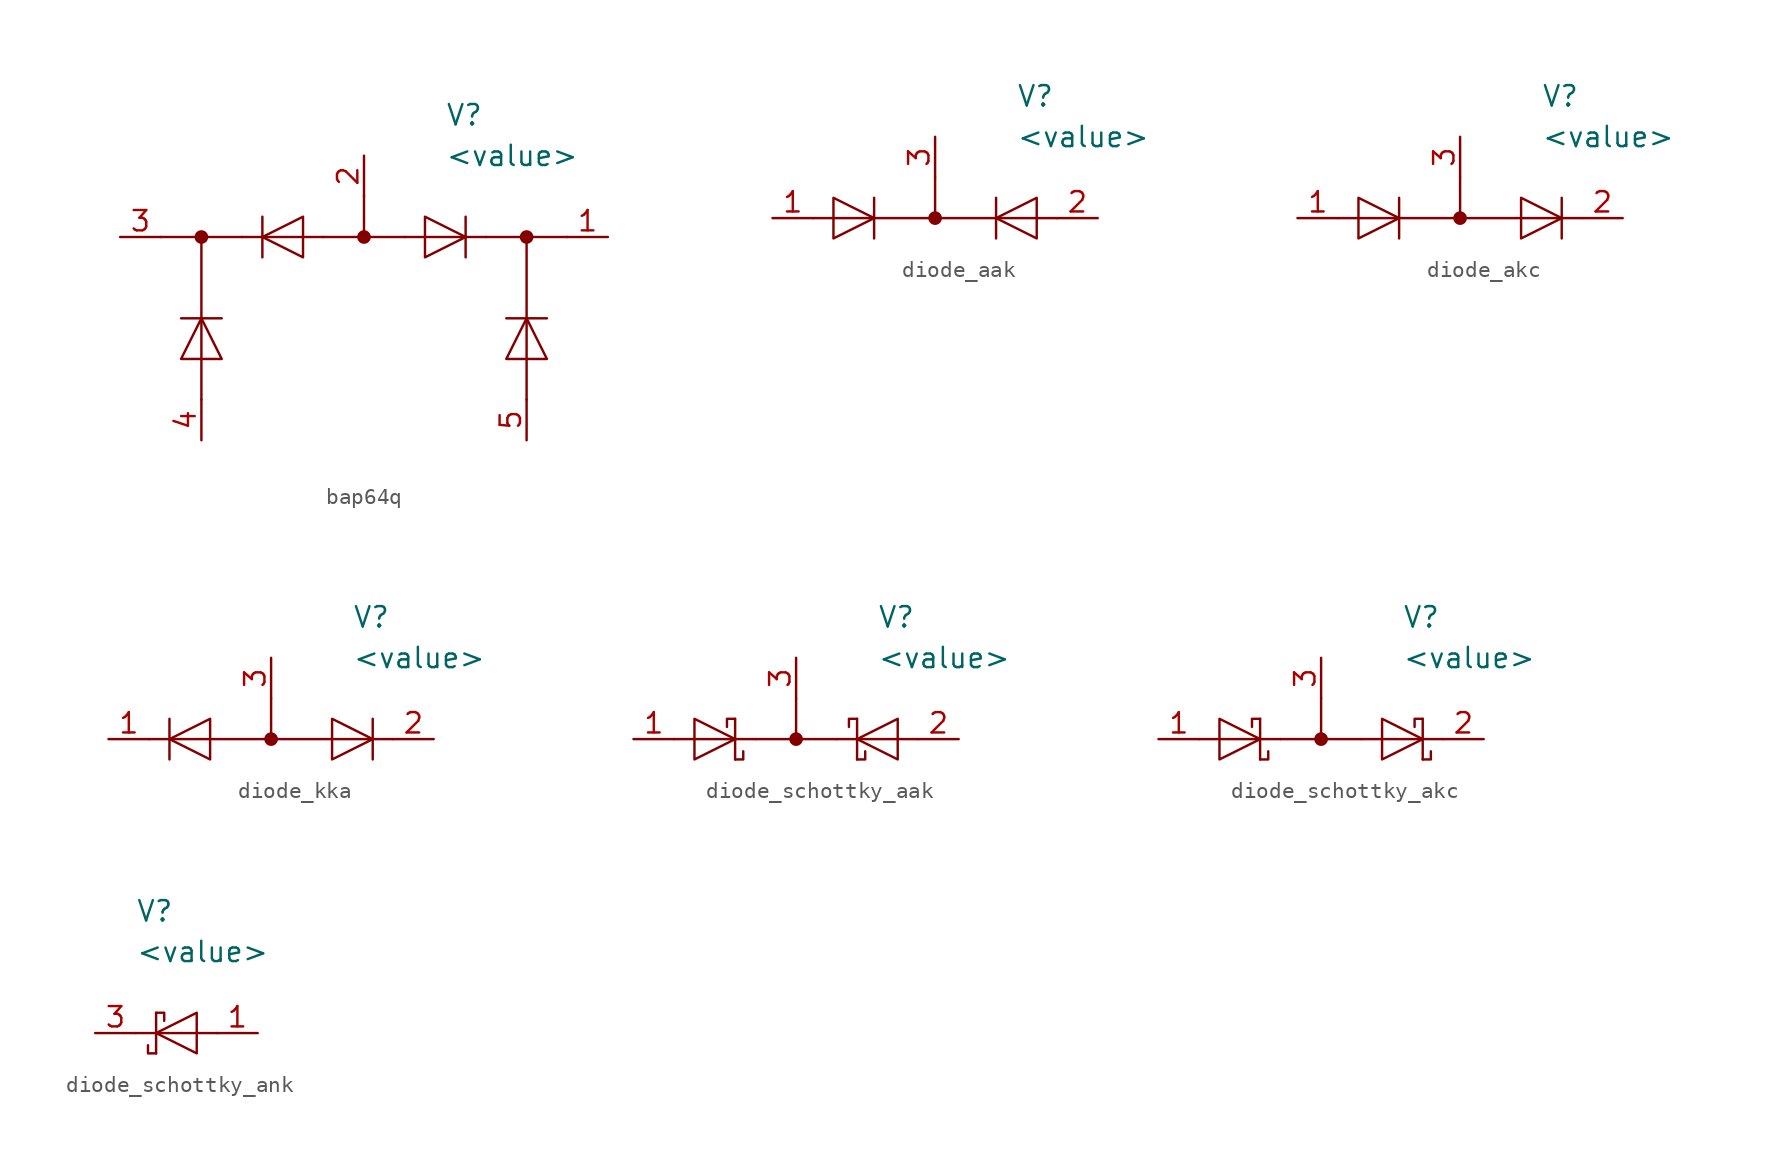
<source format=kicad_sym>
(kicad_symbol_lib
  (version 20220914)
  (generator kicad_symbol_editor)
  (symbol "bap64q"
    (pin_names hide)
    (property "Reference" "V"
      (at 5.08 7.62 0)
      (effects (font (size 1.27 1.27)) (justify left)))
    (property "Value" "<value>"
      (at 5.08 5.08 0)
      (effects (font (size 1.27 1.27)) (justify left)))
    (symbol "bap64q_0_1"
      (circle (center -10.16 0) (radius 0.35) (stroke (width 0) (type default)) (fill (type outline)))
      (polyline (pts (xy -12.7 0) (xy -7.62 0)) (stroke (width 0) (type default)) (fill (type none)))
      (polyline (pts (xy -11.43 -5.08) (xy -8.89 -5.08)) (stroke (width 0) (type default)) (fill (type none)))
      (polyline (pts (xy -10.16 -10.16) (xy -10.16 0)) (stroke (width 0) (type default)) (fill (type none)))
      (polyline (pts (xy -6.35 -1.27) (xy -6.35 1.27)) (stroke (width 0) (type default)) (fill (type none)))
      (polyline (pts (xy -2.54 0) (xy -7.62 0)) (stroke (width 0) (type default)) (fill (type none)))
      (polyline (pts (xy -2.54 0) (xy 2.54 0)) (stroke (width 0) (type default)) (fill (type none)))
      (polyline (pts (xy 0 2.54) (xy 0 0)) (stroke (width 0) (type default)) (fill (type none)))
      (polyline (pts (xy 2.54 0) (xy 7.62 0)) (stroke (width 0) (type default)) (fill (type none)))
      (polyline (pts (xy 6.35 1.27) (xy 6.35 -1.27)) (stroke (width 0) (type default)) (fill (type none)))
      (polyline (pts (xy 7.62 0) (xy 12.7 0)) (stroke (width 0) (type default)) (fill (type none)))
      (polyline (pts (xy 8.89 -5.08) (xy 11.43 -5.08)) (stroke (width 0) (type default)) (fill (type none)))
      (polyline (pts (xy 10.16 -10.16) (xy 10.16 0)) (stroke (width 0) (type default)) (fill (type none)))
      (polyline (pts (xy -11.43 -7.62) (xy -8.89 -7.62) (xy -10.16 -5.08) (xy -11.43 -7.62)) (stroke (width 0) (type default)) (fill (type none)))
      (polyline (pts (xy -3.81 -1.27) (xy -3.81 1.27) (xy -6.35 0) (xy -3.81 -1.27)) (stroke (width 0) (type default)) (fill (type none)))
      (polyline (pts (xy 3.81 1.27) (xy 3.81 -1.27) (xy 6.35 0) (xy 3.81 1.27)) (stroke (width 0) (type default)) (fill (type none)))
      (polyline (pts (xy 8.89 -7.62) (xy 11.43 -7.62) (xy 10.16 -5.08) (xy 8.89 -7.62)) (stroke (width 0) (type default)) (fill (type none)))
      (circle (center 0 0) (radius 0.35) (stroke (width 0) (type default)) (fill (type outline)))
      (circle (center 10.16 0) (radius 0.35) (stroke (width 0) (type default)) (fill (type outline))))
    (symbol "bap64q_1_1"
      (pin passive line (at 15.24 0 180) (length 2.54) (name "1" (effects (font (size 1.27 1.27)))) (number "1" (effects (font (size 1.27 1.27)))))
      (pin passive line (at 0 5.08 270) (length 2.54) (name "2" (effects (font (size 1.27 1.27)))) (number "2" (effects (font (size 1.27 1.27)))))
      (pin passive line (at -15.24 0 0) (length 2.54) (name "3" (effects (font (size 1.27 1.27)))) (number "3" (effects (font (size 1.27 1.27)))))
      (pin passive line (at -10.16 -12.7 90) (length 2.54) (name "4" (effects (font (size 1.27 1.27)))) (number "4" (effects (font (size 1.27 1.27)))))
      (pin passive line (at 10.16 -12.7 90) (length 2.54) (name "5" (effects (font (size 1.27 1.27)))) (number "5" (effects (font (size 1.27 1.27)))))))
  (symbol "diode_aak"
    (pin_names hide)
    (property "Reference" "V"
      (at 5.08 7.62 0)
      (effects (font (size 1.27 1.27)) (justify left)))
    (property "Value" "<value>"
      (at 5.08 5.08 0)
      (effects (font (size 1.27 1.27)) (justify left)))
    (symbol "diode_aak_0_1"
      (polyline (pts (xy -7.62 0) (xy 7.62 0)) (stroke (width 0) (type default)) (fill (type none)))
      (polyline (pts (xy -3.81 -1.27) (xy -3.81 1.27)) (stroke (width 0) (type default)) (fill (type none)))
      (polyline (pts (xy 0 0) (xy 0 2.54)) (stroke (width 0) (type default)) (fill (type none)))
      (polyline (pts (xy 3.81 -1.27) (xy 3.81 1.27)) (stroke (width 0) (type default)) (fill (type none)))
      (polyline (pts (xy -6.35 -1.27) (xy -6.35 1.27) (xy -3.81 0) (xy -6.35 -1.27)) (stroke (width 0) (type default)) (fill (type none)))
      (polyline (pts (xy 6.35 -1.27) (xy 6.35 1.27) (xy 3.81 0) (xy 6.35 -1.27)) (stroke (width 0) (type default)) (fill (type none)))
      (circle (center 0 0) (radius 0.35) (stroke (width 0) (type default)) (fill (type outline))))
    (symbol "diode_aak_1_1"
      (pin passive line (at -10.16 0 0) (length 2.54) (name "1" (effects (font (size 1.27 1.27)))) (number "1" (effects (font (size 1.27 1.27)))))
      (pin passive line (at 10.16 0 180) (length 2.54) (name "2" (effects (font (size 1.27 1.27)))) (number "2" (effects (font (size 1.27 1.27)))))
      (pin passive line (at 0 5.08 270) (length 2.54) (name "3" (effects (font (size 1.27 1.27)))) (number "3" (effects (font (size 1.27 1.27)))))))
  (symbol "diode_akc"
    (pin_names hide)
    (property "Reference" "V"
      (at 5.08 7.62 0)
      (effects (font (size 1.27 1.27)) (justify left)))
    (property "Value" "<value>"
      (at 5.08 5.08 0)
      (effects (font (size 1.27 1.27)) (justify left)))
    (symbol "diode_akc_0_1"
      (polyline (pts (xy -7.62 0) (xy 7.62 0)) (stroke (width 0) (type default)) (fill (type none)))
      (polyline (pts (xy -3.81 -1.27) (xy -3.81 1.27)) (stroke (width 0) (type default)) (fill (type none)))
      (polyline (pts (xy 0 0) (xy 0 2.54)) (stroke (width 0) (type default)) (fill (type none)))
      (polyline (pts (xy 6.35 -1.27) (xy 6.35 1.27)) (stroke (width 0) (type default)) (fill (type none)))
      (polyline (pts (xy -6.35 -1.27) (xy -6.35 1.27) (xy -3.81 0) (xy -6.35 -1.27)) (stroke (width 0) (type default)) (fill (type none)))
      (polyline (pts (xy 3.81 -1.27) (xy 3.81 1.27) (xy 6.35 0) (xy 3.81 -1.27)) (stroke (width 0) (type default)) (fill (type none)))
      (circle (center 0 0) (radius 0.35) (stroke (width 0) (type default)) (fill (type outline))))
    (symbol "diode_akc_1_1"
      (pin passive line (at -10.16 0 0) (length 2.54) (name "1" (effects (font (size 1.27 1.27)))) (number "1" (effects (font (size 1.27 1.27)))))
      (pin passive line (at 10.16 0 180) (length 2.54) (name "2" (effects (font (size 1.27 1.27)))) (number "2" (effects (font (size 1.27 1.27)))))
      (pin passive line (at 0 5.08 270) (length 2.54) (name "3" (effects (font (size 1.27 1.27)))) (number "3" (effects (font (size 1.27 1.27)))))))
  (symbol "diode_kka"
    (pin_names hide)
    (property "Reference" "V"
      (at 5.08 7.62 0)
      (effects (font (size 1.27 1.27)) (justify left)))
    (property "Value" "<value>"
      (at 5.08 5.08 0)
      (effects (font (size 1.27 1.27)) (justify left)))
    (symbol "diode_kka_0_1"
      (polyline (pts (xy -7.62 0) (xy 7.62 0)) (stroke (width 0) (type default)) (fill (type none)))
      (polyline (pts (xy -6.35 -1.27) (xy -6.35 1.27)) (stroke (width 0) (type default)) (fill (type none)))
      (polyline (pts (xy 0 0) (xy 0 2.54)) (stroke (width 0) (type default)) (fill (type none)))
      (polyline (pts (xy 6.35 -1.27) (xy 6.35 1.27)) (stroke (width 0) (type default)) (fill (type none)))
      (polyline (pts (xy -3.81 -1.27) (xy -3.81 1.27) (xy -6.35 0) (xy -3.81 -1.27)) (stroke (width 0) (type default)) (fill (type none)))
      (polyline (pts (xy 3.81 -1.27) (xy 3.81 1.27) (xy 6.35 0) (xy 3.81 -1.27)) (stroke (width 0) (type default)) (fill (type none)))
      (circle (center 0 0) (radius 0.35) (stroke (width 0) (type default)) (fill (type outline))))
    (symbol "diode_kka_1_1"
      (pin passive line (at -10.16 0 0) (length 2.54) (name "1" (effects (font (size 1.27 1.27)))) (number "1" (effects (font (size 1.27 1.27)))))
      (pin passive line (at 10.16 0 180) (length 2.54) (name "2" (effects (font (size 1.27 1.27)))) (number "2" (effects (font (size 1.27 1.27)))))
      (pin passive line (at 0 5.08 270) (length 2.54) (name "3" (effects (font (size 1.27 1.27)))) (number "3" (effects (font (size 1.27 1.27)))))))
  (symbol "diode_schottky_aak"
    (pin_names hide)
    (property "Reference" "V"
      (at 5.08 7.62 0)
      (effects (font (size 1.27 1.27)) (justify left)))
    (property "Value" "<value>"
      (at 5.08 5.08 0)
      (effects (font (size 1.27 1.27)) (justify left)))
    (symbol "diode_schottky_aak_0_1"
      (polyline (pts (xy -7.62 0) (xy -2.54 0)) (stroke (width 0) (type default)) (fill (type none)))
      (polyline (pts (xy -3.81 -1.27) (xy -3.81 1.27)) (stroke (width 0) (type default)) (fill (type none)))
      (polyline (pts (xy -2.54 0) (xy 2.54 0)) (stroke (width 0) (type default)) (fill (type none)))
      (polyline (pts (xy 0 2.54) (xy 0 0)) (stroke (width 0) (type default)) (fill (type none)))
      (polyline (pts (xy 3.81 1.27) (xy 3.81 -1.27)) (stroke (width 0) (type default)) (fill (type none)))
      (polyline (pts (xy 7.62 0) (xy 2.54 0)) (stroke (width 0) (type default)) (fill (type none)))
      (polyline (pts (xy -3.81 -1.27) (xy -3.302 -1.27) (xy -3.302 -0.762)) (stroke (width 0) (type default)) (fill (type none)))
      (polyline (pts (xy -3.81 1.27) (xy -4.318 1.27) (xy -4.318 0.762)) (stroke (width 0) (type default)) (fill (type none)))
      (polyline (pts (xy 3.81 -1.27) (xy 4.318 -1.27) (xy 4.318 -0.762)) (stroke (width 0) (type default)) (fill (type none)))
      (polyline (pts (xy 3.81 1.27) (xy 3.302 1.27) (xy 3.302 0.762)) (stroke (width 0) (type default)) (fill (type none)))
      (polyline (pts (xy -6.35 -1.27) (xy -6.35 1.27) (xy -3.81 0) (xy -6.35 -1.27)) (stroke (width 0) (type default)) (fill (type none)))
      (polyline (pts (xy 6.35 1.27) (xy 6.35 -1.27) (xy 3.81 0) (xy 6.35 1.27)) (stroke (width 0) (type default)) (fill (type none)))
      (circle (center 0 0) (radius 0.35) (stroke (width 0) (type default)) (fill (type outline))))
    (symbol "diode_schottky_aak_1_1"
      (pin passive line (at -10.16 0 0) (length 2.54) (name "1" (effects (font (size 1.27 1.27)))) (number "1" (effects (font (size 1.27 1.27)))))
      (pin passive line (at 10.16 0 180) (length 2.54) (name "2" (effects (font (size 1.27 1.27)))) (number "2" (effects (font (size 1.27 1.27)))))
      (pin passive line (at 0 5.08 270) (length 2.54) (name "3" (effects (font (size 1.27 1.27)))) (number "3" (effects (font (size 1.27 1.27)))))))
  (symbol "diode_schottky_akc"
    (pin_names hide)
    (property "Reference" "V"
      (at 5.08 7.62 0)
      (effects (font (size 1.27 1.27)) (justify left)))
    (property "Value" "<value>"
      (at 5.08 5.08 0)
      (effects (font (size 1.27 1.27)) (justify left)))
    (symbol "diode_schottky_akc_0_1"
      (polyline (pts (xy -7.62 0) (xy -2.54 0)) (stroke (width 0) (type default)) (fill (type none)))
      (polyline (pts (xy -3.81 -1.27) (xy -3.81 1.27)) (stroke (width 0) (type default)) (fill (type none)))
      (polyline (pts (xy -2.54 0) (xy 2.54 0)) (stroke (width 0) (type default)) (fill (type none)))
      (polyline (pts (xy 0 2.54) (xy 0 0)) (stroke (width 0) (type default)) (fill (type none)))
      (polyline (pts (xy 2.54 0) (xy 7.62 0)) (stroke (width 0) (type default)) (fill (type none)))
      (polyline (pts (xy 6.35 -1.27) (xy 6.35 1.27)) (stroke (width 0) (type default)) (fill (type none)))
      (polyline (pts (xy -3.81 -1.27) (xy -3.302 -1.27) (xy -3.302 -0.762)) (stroke (width 0) (type default)) (fill (type none)))
      (polyline (pts (xy -3.81 1.27) (xy -4.318 1.27) (xy -4.318 0.762)) (stroke (width 0) (type default)) (fill (type none)))
      (polyline (pts (xy 6.35 -1.27) (xy 6.858 -1.27) (xy 6.858 -0.762)) (stroke (width 0) (type default)) (fill (type none)))
      (polyline (pts (xy 6.35 1.27) (xy 5.842 1.27) (xy 5.842 0.762)) (stroke (width 0) (type default)) (fill (type none)))
      (polyline (pts (xy -6.35 -1.27) (xy -6.35 1.27) (xy -3.81 0) (xy -6.35 -1.27)) (stroke (width 0) (type default)) (fill (type none)))
      (polyline (pts (xy 3.81 -1.27) (xy 3.81 1.27) (xy 6.35 0) (xy 3.81 -1.27)) (stroke (width 0) (type default)) (fill (type none)))
      (circle (center 0 0) (radius 0.35) (stroke (width 0) (type default)) (fill (type outline))))
    (symbol "diode_schottky_akc_1_1"
      (pin passive line (at -10.16 0 0) (length 2.54) (name "" (effects (font (size 1.27 1.27)))) (number "1" (effects (font (size 1.27 1.27)))))
      (pin passive line (at 10.16 0 180) (length 2.54) (name "" (effects (font (size 1.27 1.27)))) (number "2" (effects (font (size 1.27 1.27)))))
      (pin passive line (at 0 5.08 270) (length 2.54) (name "" (effects (font (size 1.27 1.27)))) (number "3" (effects (font (size 1.27 1.27)))))))
  (symbol "diode_schottky_ank"
    (pin_names hide)
    (property "Reference" "V"
      (at -2.54 7.62 0)
      (effects (font (size 1.27 1.27)) (justify left)))
    (property "Value" "<value>"
      (at -2.54 5.08 0)
      (effects (font (size 1.27 1.27)) (justify left)))
    (symbol "diode_schottky_ank_0_1"
      (polyline (pts (xy -1.27 -1.27) (xy -1.27 1.27)) (stroke (width 0) (type default)) (fill (type none)))
      (polyline (pts (xy 2.54 0) (xy -2.54 0)) (stroke (width 0) (type default)) (fill (type none)))
      (polyline (pts (xy -1.27 -1.27) (xy -1.778 -1.27) (xy -1.778 -0.762)) (stroke (width 0) (type default)) (fill (type none)))
      (polyline (pts (xy -1.27 1.27) (xy -0.762 1.27) (xy -0.762 0.762)) (stroke (width 0) (type default)) (fill (type none)))
      (polyline (pts (xy 1.27 -1.27) (xy 1.27 1.27) (xy -1.27 0) (xy 1.27 -1.27)) (stroke (width 0) (type default)) (fill (type none))))
    (symbol "diode_schottky_ank_1_1"
      (pin passive line (at 5.08 0 180) (length 2.54) (name "1" (effects (font (size 1.27 1.27)))) (number "1" (effects (font (size 1.27 1.27)))))
      (pin passive line (at -5.08 0 0) (length 2.54) (name "3" (effects (font (size 1.27 1.27)))) (number "3" (effects (font (size 1.27 1.27))))))))
</source>
